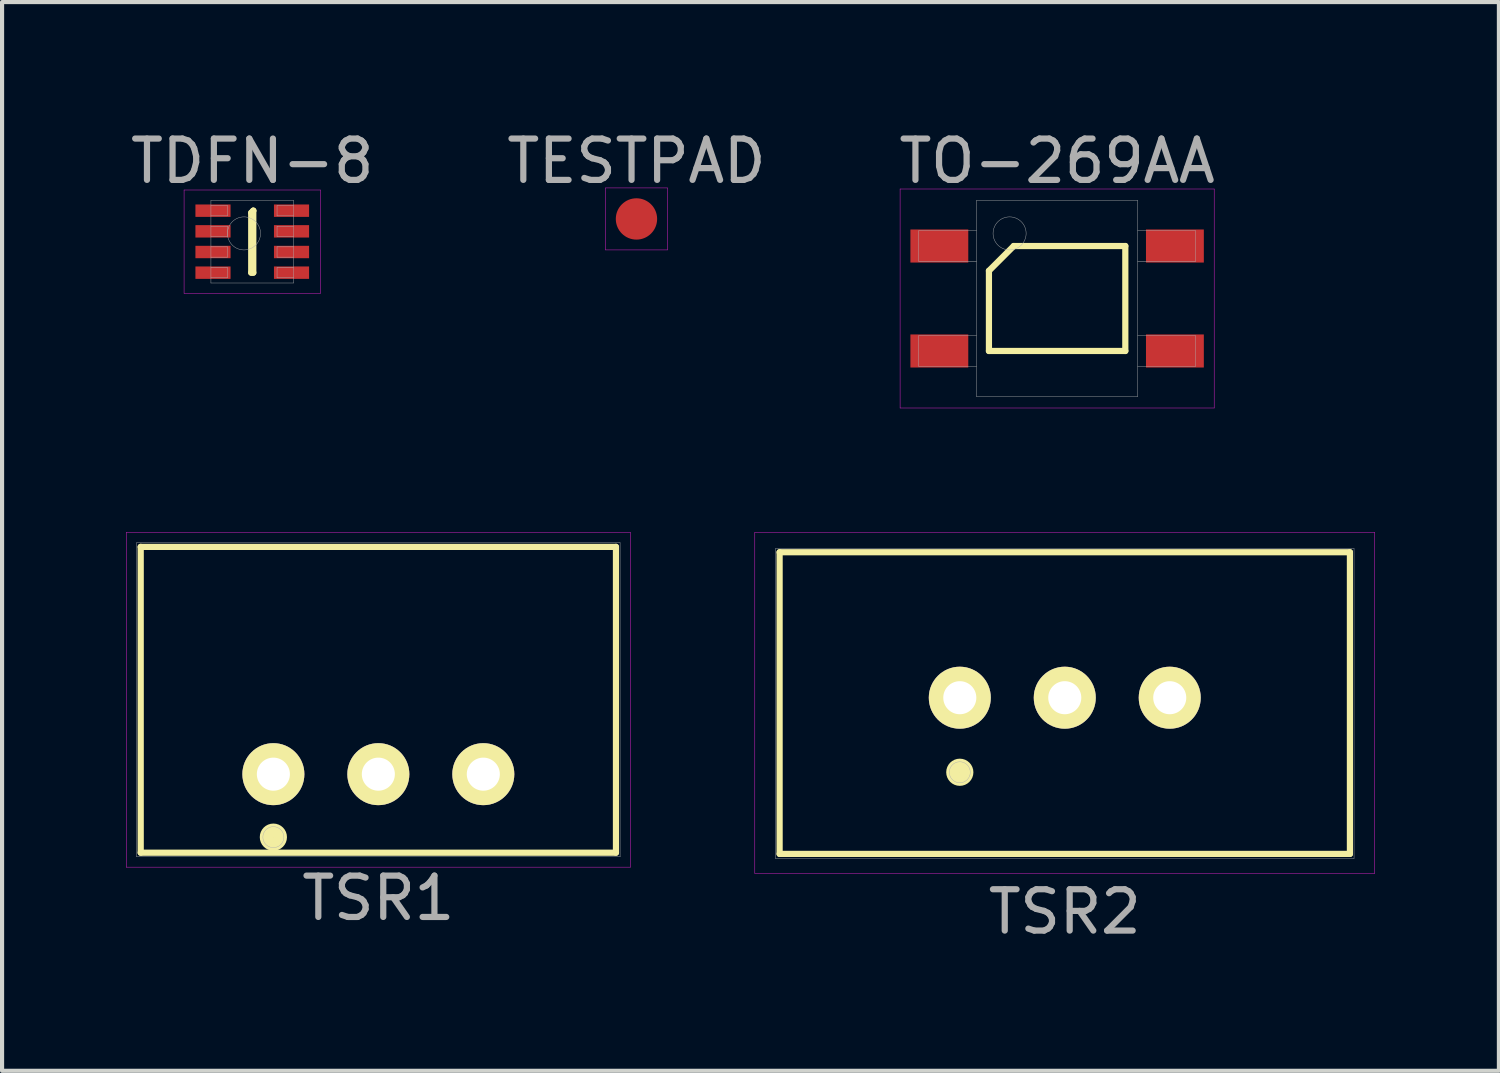
<source format=kicad_pcb>
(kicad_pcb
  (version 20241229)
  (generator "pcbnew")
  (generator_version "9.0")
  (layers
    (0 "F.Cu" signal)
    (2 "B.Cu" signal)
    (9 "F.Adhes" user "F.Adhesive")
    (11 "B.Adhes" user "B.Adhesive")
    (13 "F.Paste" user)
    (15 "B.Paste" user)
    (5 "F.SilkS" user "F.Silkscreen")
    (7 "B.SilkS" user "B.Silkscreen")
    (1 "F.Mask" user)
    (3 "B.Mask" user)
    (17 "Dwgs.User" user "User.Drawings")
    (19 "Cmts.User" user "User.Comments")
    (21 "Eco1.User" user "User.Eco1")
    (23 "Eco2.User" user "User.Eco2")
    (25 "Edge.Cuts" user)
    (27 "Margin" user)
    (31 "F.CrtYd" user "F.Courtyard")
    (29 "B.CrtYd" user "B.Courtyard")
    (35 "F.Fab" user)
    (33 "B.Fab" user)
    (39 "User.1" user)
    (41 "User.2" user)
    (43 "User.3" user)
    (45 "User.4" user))
  (footprint "TSR2"
    (layer "F.Cu")
    (at 22.715 13.833)
    (property "Reference" "TSR2" (at 0 5.18 0) (layer "F.Fab") (effects (font (size 1 1) (thickness 0.15))))
    (attr through_hole)
    (fp_line (start -6.9 -3.52) (end -6.9 3.78) (stroke (width 0.15) (type solid)) (layer "F.SilkS"))
    (fp_line (start -6.9 3.78) (end 6.9 3.78) (stroke (width 0.15) (type solid)) (layer "F.SilkS"))
    (fp_line (start 6.9 -3.52) (end -6.9 -3.52) (stroke (width 0.15) (type solid)) (layer "F.SilkS"))
    (fp_line (start 6.9 3.78) (end 6.9 -3.52) (stroke (width 0.15) (type solid)) (layer "F.SilkS"))
    (fp_circle (center -2.54 1.804) (end -2.464 1.804) (stroke (width 0.15) (type solid)) (fill no) (layer "F.SilkS"))
    (fp_circle (center -2.54 1.804) (end -2.413 1.804) (stroke (width 0.15) (type solid)) (fill no) (layer "F.SilkS"))
    (fp_circle (center -2.54 1.804) (end -2.286 1.804) (stroke (width 0.15) (type solid)) (fill no) (layer "F.SilkS"))
    (fp_line (start -7.5 -4) (end -7.5 4.25) (stroke (width 0.01) (type solid)) (layer "F.CrtYd"))
    (fp_line (start -7.5 4.25) (end 7.5 4.25) (stroke (width 0.01) (type solid)) (layer "F.CrtYd"))
    (fp_line (start 7.5 -4) (end -7.5 -4) (stroke (width 0.01) (type solid)) (layer "F.CrtYd"))
    (fp_line (start 7.5 4.25) (end 7.5 -4) (stroke (width 0.01) (type solid)) (layer "F.CrtYd"))
    (fp_line (start -7 -3.61) (end -7 3.89) (stroke (width 0.01) (type solid)) (layer "F.Fab"))
    (fp_line (start -7 3.89) (end 7 3.89) (stroke (width 0.01) (type solid)) (layer "F.Fab"))
    (fp_line (start 7 -3.61) (end -7 -3.61) (stroke (width 0.01) (type solid)) (layer "F.Fab"))
    (fp_line (start 7 3.89) (end 7 -3.61) (stroke (width 0.01) (type solid)) (layer "F.Fab"))
    (fp_circle (center -2.54 1.804) (end -2.286 1.804) (stroke (width 0.01) (type solid)) (fill no) (layer "F.Fab"))
    (pad "1" thru_hole circle (at -2.54 0) (size 1.5 1.5) (drill 0.8) (layers "*.Cu" "*.Mask" "F.SilkS"))
    (pad "2" thru_hole circle (at 0 0) (size 1.5 1.5) (drill 0.8) (layers "*.Cu" "*.Mask" "F.SilkS"))
    (pad "3" thru_hole circle (at 2.54 0) (size 1.5 1.5) (drill 0.8) (layers "*.Cu" "*.Mask" "F.SilkS")))
  (footprint "TO-269AA"
    (layer "F.Cu")
    (at 22.53 4.173)
    (property "Reference" "TO-269AA" (at 0 -3.325 0) (layer "F.Fab") (effects (font (size 1 1) (thickness 0.15))))
    (attr through_hole)
    (fp_line (start -1.65 -0.67) (end -1.05 -1.27) (stroke (width 0.15) (type solid)) (layer "F.SilkS"))
    (fp_line (start -1.65 1.27) (end -1.65 -0.67) (stroke (width 0.15) (type solid)) (layer "F.SilkS"))
    (fp_line (start -1.05 -1.27) (end 1.65 -1.27) (stroke (width 0.15) (type solid)) (layer "F.SilkS"))
    (fp_line (start 1.65 -1.27) (end 1.65 1.27) (stroke (width 0.15) (type solid)) (layer "F.SilkS"))
    (fp_line (start 1.65 1.27) (end -1.65 1.27) (stroke (width 0.15) (type solid)) (layer "F.SilkS"))
    (fp_line (start -3.8 -2.65) (end 3.8 -2.65) (stroke (width 0.01) (type solid)) (layer "F.CrtYd"))
    (fp_line (start -3.8 2.65) (end -3.8 -2.65) (stroke (width 0.01) (type solid)) (layer "F.CrtYd"))
    (fp_line (start 3.8 -2.65) (end 3.8 2.65) (stroke (width 0.01) (type solid)) (layer "F.CrtYd"))
    (fp_line (start 3.8 2.65) (end -3.8 2.65) (stroke (width 0.01) (type solid)) (layer "F.CrtYd"))
    (fp_line (start -3.35 -1.64) (end -1.95 -1.64) (stroke (width 0.01) (type solid)) (layer "F.Fab"))
    (fp_line (start -3.35 -0.9) (end -3.35 -1.64) (stroke (width 0.01) (type solid)) (layer "F.Fab"))
    (fp_line (start -3.35 0.9) (end -1.95 0.9) (stroke (width 0.01) (type solid)) (layer "F.Fab"))
    (fp_line (start -3.35 1.64) (end -3.35 0.9) (stroke (width 0.01) (type solid)) (layer "F.Fab"))
    (fp_line (start -1.95 -2.375) (end 1.95 -2.375) (stroke (width 0.01) (type solid)) (layer "F.Fab"))
    (fp_line (start -1.95 -0.9) (end -3.35 -0.9) (stroke (width 0.01) (type solid)) (layer "F.Fab"))
    (fp_line (start -1.95 1.64) (end -3.35 1.64) (stroke (width 0.01) (type solid)) (layer "F.Fab"))
    (fp_line (start -1.95 2.375) (end -1.95 -2.375) (stroke (width 0.01) (type solid)) (layer "F.Fab"))
    (fp_line (start 1.95 -2.375) (end 1.95 2.375) (stroke (width 0.01) (type solid)) (layer "F.Fab"))
    (fp_line (start 1.95 -1.64) (end 3.35 -1.64) (stroke (width 0.01) (type solid)) (layer "F.Fab"))
    (fp_line (start 1.95 0.9) (end 3.35 0.9) (stroke (width 0.01) (type solid)) (layer "F.Fab"))
    (fp_line (start 1.95 2.375) (end -1.95 2.375) (stroke (width 0.01) (type solid)) (layer "F.Fab"))
    (fp_line (start 3.35 -1.64) (end 3.35 -0.9) (stroke (width 0.01) (type solid)) (layer "F.Fab"))
    (fp_line (start 3.35 -0.9) (end 1.95 -0.9) (stroke (width 0.01) (type solid)) (layer "F.Fab"))
    (fp_line (start 3.35 0.9) (end 3.35 1.64) (stroke (width 0.01) (type solid)) (layer "F.Fab"))
    (fp_line (start 3.35 1.64) (end 1.95 1.64) (stroke (width 0.01) (type solid)) (layer "F.Fab"))
    (fp_circle (center -1.15 -1.575) (end -1.15 -1.175) (stroke (width 0.01) (type solid)) (fill no) (layer "F.Fab"))
    (pad "1" smd rect (at -2.85 -1.27) (size 1.4 0.8) (layers "F.Cu" "F.Mask" "F.Paste"))
    (pad "2" smd rect (at -2.85 1.27) (size 1.4 0.8) (layers "F.Cu" "F.Mask" "F.Paste"))
    (pad "3" smd rect (at 2.85 1.27) (size 1.4 0.8) (layers "F.Cu" "F.Mask" "F.Paste"))
    (pad "4" smd rect (at 2.85 -1.27) (size 1.4 0.8) (layers "F.Cu" "F.Mask" "F.Paste")))
  (footprint "TSR1"
    (layer "F.Cu")
    (at 6.105 15.683)
    (property "Reference" "TSR1" (at 0 3 0) (layer "F.Fab") (effects (font (size 1 1) (thickness 0.15))))
    (attr through_hole)
    (fp_line (start -5.75 -5.5) (end -5.75 1.9) (stroke (width 0.15) (type solid)) (layer "F.SilkS"))
    (fp_line (start -5.75 1.9) (end 5.75 1.9) (stroke (width 0.15) (type solid)) (layer "F.SilkS"))
    (fp_line (start 5.75 -5.5) (end -5.75 -5.5) (stroke (width 0.15) (type solid)) (layer "F.SilkS"))
    (fp_line (start 5.75 1.9) (end 5.75 -5.5) (stroke (width 0.15) (type solid)) (layer "F.SilkS"))
    (fp_circle (center -2.54 1.524) (end -2.464 1.524) (stroke (width 0.15) (type solid)) (fill no) (layer "F.SilkS"))
    (fp_circle (center -2.54 1.524) (end -2.413 1.524) (stroke (width 0.15) (type solid)) (fill no) (layer "F.SilkS"))
    (fp_circle (center -2.54 1.524) (end -2.286 1.524) (stroke (width 0.15) (type solid)) (fill no) (layer "F.SilkS"))
    (fp_line (start -6.1 -5.85) (end -6.1 2.25) (stroke (width 0.01) (type solid)) (layer "F.CrtYd"))
    (fp_line (start -6.1 2.25) (end 6.1 2.25) (stroke (width 0.01) (type solid)) (layer "F.CrtYd"))
    (fp_line (start 6.1 -5.85) (end -6.1 -5.85) (stroke (width 0.01) (type solid)) (layer "F.CrtYd"))
    (fp_line (start 6.1 2.25) (end 6.1 -5.85) (stroke (width 0.01) (type solid)) (layer "F.CrtYd"))
    (fp_line (start -5.85 -5.6) (end -5.85 2) (stroke (width 0.01) (type solid)) (layer "F.Fab"))
    (fp_line (start -5.85 2) (end 5.85 2) (stroke (width 0.01) (type solid)) (layer "F.Fab"))
    (fp_line (start 5.85 -5.6) (end -5.85 -5.6) (stroke (width 0.01) (type solid)) (layer "F.Fab"))
    (fp_line (start 5.85 2) (end 5.85 -5.6) (stroke (width 0.01) (type solid)) (layer "F.Fab"))
    (fp_circle (center -2.54 1.524) (end -2.286 1.524) (stroke (width 0.01) (type solid)) (fill no) (layer "F.Fab"))
    (pad "1" thru_hole circle (at -2.54 0) (size 1.5 1.5) (drill 0.8) (layers "*.Cu" "*.Mask" "F.SilkS"))
    (pad "2" thru_hole circle (at 0 0) (size 1.5 1.5) (drill 0.8) (layers "*.Cu" "*.Mask" "F.SilkS"))
    (pad "3" thru_hole circle (at 2.54 0) (size 1.5 1.5) (drill 0.8) (layers "*.Cu" "*.Mask" "F.SilkS")))
  (footprint "TESTPAD"
    (layer "F.Cu")
    (at 12.351 2.248)
    (property "Reference" "TESTPAD" (at 0 -1.4 0) (layer "F.Fab") (effects (font (size 1 1) (thickness 0.15))))
    (attr through_hole)
    (fp_line (start -0.75 -0.75) (end -0.75 0.75) (stroke (width 0.01) (type solid)) (layer "F.CrtYd"))
    (fp_line (start -0.75 0.75) (end 0.75 0.75) (stroke (width 0.01) (type solid)) (layer "F.CrtYd"))
    (fp_line (start 0.75 -0.75) (end -0.75 -0.75) (stroke (width 0.01) (type solid)) (layer "F.CrtYd"))
    (fp_line (start 0.75 0.75) (end 0.75 -0.75) (stroke (width 0.01) (type solid)) (layer "F.CrtYd"))
    (pad "1" smd circle (at 0 0) (size 1 1) (layers "F.Cu" "F.Mask")))
  (footprint "TDFN-8"
    (layer "F.Cu")
    (at 3.054 2.798)
    (property "Reference" "TDFN-8" (at 0 -1.95 0) (layer "F.Fab") (effects (font (size 1 1) (thickness 0.15))))
    (attr through_hole)
    (fp_line (start -0.025 -0.7) (end 0.025 -0.75) (stroke (width 0.15) (type solid)) (layer "F.SilkS"))
    (fp_line (start -0.025 0.75) (end -0.025 -0.7) (stroke (width 0.15) (type solid)) (layer "F.SilkS"))
    (fp_line (start 0.025 -0.75) (end 0.025 -0.75) (stroke (width 0.15) (type solid)) (layer "F.SilkS"))
    (fp_line (start 0.025 -0.75) (end 0.025 0.75) (stroke (width 0.15) (type solid)) (layer "F.SilkS"))
    (fp_line (start 0.025 0.75) (end -0.025 0.75) (stroke (width 0.15) (type solid)) (layer "F.SilkS"))
    (fp_line (start -1.65 -1.25) (end 1.65 -1.25) (stroke (width 0.01) (type solid)) (layer "F.CrtYd"))
    (fp_line (start -1.65 1.25) (end -1.65 -1.25) (stroke (width 0.01) (type solid)) (layer "F.CrtYd"))
    (fp_line (start 1.65 -1.25) (end 1.65 1.25) (stroke (width 0.01) (type solid)) (layer "F.CrtYd"))
    (fp_line (start 1.65 1.25) (end -1.65 1.25) (stroke (width 0.01) (type solid)) (layer "F.CrtYd"))
    (fp_line (start -1 -1) (end 1 -1) (stroke (width 0.01) (type solid)) (layer "F.Fab"))
    (fp_line (start -1 -0.625) (end -0.6 -0.625) (stroke (width 0.01) (type solid)) (layer "F.Fab"))
    (fp_line (start -1 -0.125) (end -0.6 -0.125) (stroke (width 0.01) (type solid)) (layer "F.Fab"))
    (fp_line (start -1 0.375) (end -0.6 0.375) (stroke (width 0.01) (type solid)) (layer "F.Fab"))
    (fp_line (start -1 0.875) (end -0.6 0.875) (stroke (width 0.01) (type solid)) (layer "F.Fab"))
    (fp_line (start -1 1) (end -1 -1) (stroke (width 0.01) (type solid)) (layer "F.Fab"))
    (fp_line (start -0.6 -0.875) (end -1 -0.875) (stroke (width 0.01) (type solid)) (layer "F.Fab"))
    (fp_line (start -0.6 -0.625) (end -0.6 -0.875) (stroke (width 0.01) (type solid)) (layer "F.Fab"))
    (fp_line (start -0.6 -0.375) (end -1 -0.375) (stroke (width 0.01) (type solid)) (layer "F.Fab"))
    (fp_line (start -0.6 -0.125) (end -0.6 -0.375) (stroke (width 0.01) (type solid)) (layer "F.Fab"))
    (fp_line (start -0.6 0.125) (end -1 0.125) (stroke (width 0.01) (type solid)) (layer "F.Fab"))
    (fp_line (start -0.6 0.375) (end -0.6 0.125) (stroke (width 0.01) (type solid)) (layer "F.Fab"))
    (fp_line (start -0.6 0.625) (end -1 0.625) (stroke (width 0.01) (type solid)) (layer "F.Fab"))
    (fp_line (start -0.6 0.875) (end -0.6 0.625) (stroke (width 0.01) (type solid)) (layer "F.Fab"))
    (fp_line (start 0.6 -0.875) (end 0.6 -0.625) (stroke (width 0.01) (type solid)) (layer "F.Fab"))
    (fp_line (start 0.6 -0.625) (end 1 -0.625) (stroke (width 0.01) (type solid)) (layer "F.Fab"))
    (fp_line (start 0.6 -0.375) (end 0.6 -0.125) (stroke (width 0.01) (type solid)) (layer "F.Fab"))
    (fp_line (start 0.6 -0.125) (end 1 -0.125) (stroke (width 0.01) (type solid)) (layer "F.Fab"))
    (fp_line (start 0.6 0.125) (end 0.6 0.375) (stroke (width 0.01) (type solid)) (layer "F.Fab"))
    (fp_line (start 0.6 0.375) (end 1 0.375) (stroke (width 0.01) (type solid)) (layer "F.Fab"))
    (fp_line (start 0.6 0.625) (end 0.6 0.875) (stroke (width 0.01) (type solid)) (layer "F.Fab"))
    (fp_line (start 0.6 0.875) (end 1 0.875) (stroke (width 0.01) (type solid)) (layer "F.Fab"))
    (fp_line (start 1 -1) (end 1 1) (stroke (width 0.01) (type solid)) (layer "F.Fab"))
    (fp_line (start 1 -0.875) (end 0.6 -0.875) (stroke (width 0.01) (type solid)) (layer "F.Fab"))
    (fp_line (start 1 -0.375) (end 0.6 -0.375) (stroke (width 0.01) (type solid)) (layer "F.Fab"))
    (fp_line (start 1 0.125) (end 0.6 0.125) (stroke (width 0.01) (type solid)) (layer "F.Fab"))
    (fp_line (start 1 0.625) (end 0.6 0.625) (stroke (width 0.01) (type solid)) (layer "F.Fab"))
    (fp_line (start 1 1) (end -1 1) (stroke (width 0.01) (type solid)) (layer "F.Fab"))
    (fp_circle (center -0.2 -0.2) (end -0.2 0.2) (stroke (width 0.01) (type solid)) (fill no) (layer "F.Fab"))
    (pad "1" smd rect (at -0.95 -0.75) (size 0.85 0.3) (layers "F.Cu" "F.Mask" "F.Paste"))
    (pad "2" smd rect (at -0.95 -0.25) (size 0.85 0.3) (layers "F.Cu" "F.Mask" "F.Paste"))
    (pad "3" smd rect (at -0.95 0.25) (size 0.85 0.3) (layers "F.Cu" "F.Mask" "F.Paste"))
    (pad "4" smd rect (at -0.95 0.75) (size 0.85 0.3) (layers "F.Cu" "F.Mask" "F.Paste"))
    (pad "5" smd rect (at 0.95 0.75) (size 0.85 0.3) (layers "F.Cu" "F.Mask" "F.Paste"))
    (pad "6" smd rect (at 0.95 0.25) (size 0.85 0.3) (layers "F.Cu" "F.Mask" "F.Paste"))
    (pad "7" smd rect (at 0.95 -0.25) (size 0.85 0.3) (layers "F.Cu" "F.Mask" "F.Paste"))
    (pad "8" smd rect (at 0.95 -0.75) (size 0.85 0.3) (layers "F.Cu" "F.Mask" "F.Paste")))
  (gr_rect
    (start -3 -3)
    (end 33.22 22.861)
    (stroke (width 0.1) (type default))
    (fill no)
    (layer "Edge.Cuts")))
</source>
